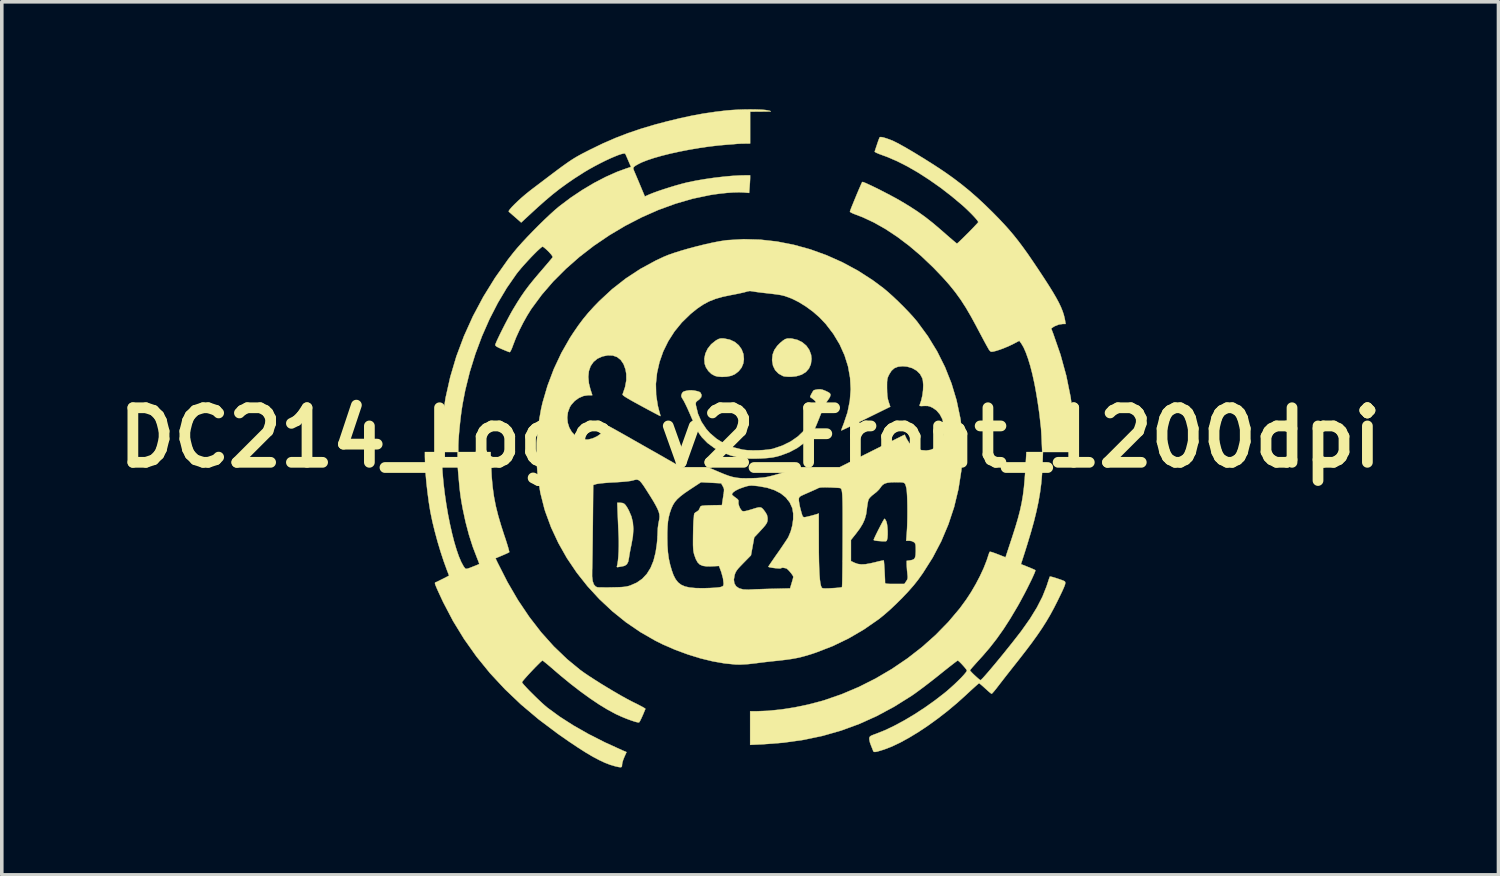
<source format=kicad_pcb>
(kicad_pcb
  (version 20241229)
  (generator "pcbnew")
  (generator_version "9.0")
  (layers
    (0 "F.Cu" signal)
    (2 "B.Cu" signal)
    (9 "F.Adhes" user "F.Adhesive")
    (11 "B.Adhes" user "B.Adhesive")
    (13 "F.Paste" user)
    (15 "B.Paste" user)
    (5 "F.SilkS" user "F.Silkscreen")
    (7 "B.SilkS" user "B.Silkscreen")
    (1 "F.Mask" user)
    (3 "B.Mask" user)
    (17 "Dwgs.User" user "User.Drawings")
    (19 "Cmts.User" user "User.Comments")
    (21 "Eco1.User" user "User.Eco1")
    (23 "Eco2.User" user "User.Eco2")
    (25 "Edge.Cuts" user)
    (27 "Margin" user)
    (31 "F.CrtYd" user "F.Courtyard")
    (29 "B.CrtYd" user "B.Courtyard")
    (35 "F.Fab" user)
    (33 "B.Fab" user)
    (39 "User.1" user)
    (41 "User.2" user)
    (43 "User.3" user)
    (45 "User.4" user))
  (footprint "DC214_Logo_v2_Front_1200dpi"
    (layer "F.Cu")
    (at 17.896 9.17)
    (property "Reference" "DC214_Logo_v2_Front_1200dpi" (at 0 0 0) (layer "F.SilkS") (effects (font (size 1.524 1.524) (thickness 0.3))))
    (attr through_hole)
    (fp_poly (pts (xy -0.748 -2.77) (xy -0.721 -2.767) (xy -0.565 -2.735) (xy -0.429 -2.671) (xy -0.319 -2.58) (xy -0.238 -2.466) (xy -0.188 -2.335) (xy -0.174 -2.191) (xy -0.191 -2.073) (xy -0.239 -1.956) (xy -0.321 -1.853) (xy -0.426 -1.771) (xy -0.528 -1.727) (xy -0.652 -1.703) (xy -0.785 -1.696) (xy -0.91 -1.706) (xy -0.984 -1.725) (xy -1.08 -1.778) (xy -1.167 -1.861) (xy -1.234 -1.963) (xy -1.269 -2.061) (xy -1.279 -2.206) (xy -1.249 -2.35) (xy -1.184 -2.486) (xy -1.087 -2.608) (xy -0.961 -2.709) (xy -0.937 -2.724) (xy -0.875 -2.756) (xy -0.819 -2.77) (xy -0.748 -2.77)) (stroke (width 0.01) (type solid)) (fill yes) (layer "F.SilkS"))
    (fp_poly (pts (xy 1.166 -2.766) (xy 1.322 -2.729) (xy 1.458 -2.661) (xy 1.57 -2.566) (xy 1.652 -2.448) (xy 1.702 -2.313) (xy 1.714 -2.197) (xy 1.696 -2.053) (xy 1.643 -1.931) (xy 1.557 -1.833) (xy 1.44 -1.76) (xy 1.293 -1.715) (xy 1.156 -1.7) (xy 1.054 -1.701) (xy 0.967 -1.708) (xy 0.915 -1.72) (xy 0.793 -1.788) (xy 0.7 -1.884) (xy 0.64 -2.005) (xy 0.615 -2.148) (xy 0.614 -2.182) (xy 0.629 -2.322) (xy 0.676 -2.447) (xy 0.759 -2.565) (xy 0.834 -2.641) (xy 0.915 -2.709) (xy 0.981 -2.751) (xy 1.046 -2.769) (xy 1.122 -2.77) (xy 1.166 -2.766)) (stroke (width 0.01) (type solid)) (fill yes) (layer "F.SilkS"))
    (fp_poly (pts (xy 3.771 2.282) (xy 3.796 2.326) (xy 3.804 2.344) (xy 3.821 2.408) (xy 3.833 2.5) (xy 3.84 2.606) (xy 3.84 2.71) (xy 3.834 2.799) (xy 3.825 2.842) (xy 3.818 2.867) (xy 3.808 2.884) (xy 3.787 2.893) (xy 3.749 2.895) (xy 3.685 2.893) (xy 3.588 2.886) (xy 3.561 2.884) (xy 3.499 2.876) (xy 3.459 2.865) (xy 3.45 2.857) (xy 3.459 2.829) (xy 3.484 2.773) (xy 3.52 2.697) (xy 3.563 2.61) (xy 3.61 2.518) (xy 3.656 2.43) (xy 3.697 2.353) (xy 3.73 2.296) (xy 3.749 2.267) (xy 3.753 2.265) (xy 3.771 2.282)) (stroke (width 0.01) (type solid)) (fill yes) (layer "F.SilkS"))
    (fp_poly (pts (xy -3.564 1.825) (xy -3.518 1.845) (xy -3.477 1.885) (xy -3.432 1.953) (xy -3.386 2.037) (xy -3.316 2.2) (xy -3.275 2.368) (xy -3.261 2.55) (xy -3.274 2.751) (xy -3.314 2.979) (xy -3.338 3.092) (xy -3.359 3.205) (xy -3.376 3.302) (xy -3.384 3.359) (xy -3.405 3.464) (xy -3.442 3.535) (xy -3.498 3.575) (xy -3.537 3.587) (xy -3.605 3.6) (xy -3.665 3.611) (xy -3.71 3.617) (xy -3.723 3.606) (xy -3.719 3.592) (xy -3.704 3.529) (xy -3.69 3.432) (xy -3.679 3.311) (xy -3.671 3.173) (xy -3.667 3.028) (xy -3.667 2.885) (xy -3.669 2.805) (xy -3.675 2.659) (xy -3.683 2.491) (xy -3.69 2.32) (xy -3.696 2.167) (xy -3.697 2.154) (xy -3.71 1.82) (xy -3.621 1.82) (xy -3.564 1.825)) (stroke (width 0.01) (type solid)) (fill yes) (layer "F.SilkS"))
    (fp_poly (pts (xy 2.018 -1.339) (xy 2.097 -1.309) (xy 2.114 -1.301) (xy 2.185 -1.267) (xy 2.225 -1.239) (xy 2.242 -1.211) (xy 2.244 -1.191) (xy 2.23 -1.141) (xy 2.197 -1.084) (xy 2.189 -1.074) (xy 2.127 -0.985) (xy 2.059 -0.856) (xy 1.985 -0.687) (xy 1.925 -0.536) (xy 1.882 -0.429) (xy 1.837 -0.321) (xy 1.795 -0.229) (xy 1.771 -0.181) (xy 1.654 -0.005) (xy 1.5 0.153) (xy 1.313 0.291) (xy 1.094 0.407) (xy 0.846 0.5) (xy 0.73 0.532) (xy 0.618 0.554) (xy 0.475 0.57) (xy 0.314 0.581) (xy 0.146 0.586) (xy -0.017 0.585) (xy -0.163 0.578) (xy -0.28 0.564) (xy -0.289 0.563) (xy -0.548 0.497) (xy -0.788 0.405) (xy -1.003 0.288) (xy -1.191 0.149) (xy -1.346 -0.01) (xy -1.42 -0.111) (xy -1.454 -0.171) (xy -1.5 -0.261) (xy -1.553 -0.372) (xy -1.608 -0.494) (xy -1.65 -0.59) (xy -1.703 -0.713) (xy -1.755 -0.829) (xy -1.803 -0.929) (xy -1.842 -1.007) (xy -1.864 -1.046) (xy -1.903 -1.11) (xy -1.921 -1.152) (xy -1.921 -1.186) (xy -1.907 -1.226) (xy -1.902 -1.237) (xy -1.881 -1.269) (xy -1.848 -1.29) (xy -1.791 -1.306) (xy -1.709 -1.32) (xy -1.641 -1.322) (xy -1.56 -1.314) (xy -1.482 -1.298) (xy -1.418 -1.278) (xy -1.386 -1.256) (xy -1.356 -1.19) (xy -1.368 -1.127) (xy -1.421 -1.066) (xy -1.441 -1.051) (xy -1.492 -1.012) (xy -1.515 -0.981) (xy -1.519 -0.941) (xy -1.514 -0.902) (xy -1.456 -0.665) (xy -1.361 -0.445) (xy -1.227 -0.244) (xy -1.122 -0.125) (xy -0.931 0.038) (xy -0.714 0.17) (xy -0.473 0.27) (xy -0.212 0.335) (xy -0.186 0.339) (xy -0.071 0.351) (xy 0.068 0.356) (xy 0.22 0.355) (xy 0.371 0.347) (xy 0.509 0.333) (xy 0.621 0.315) (xy 0.646 0.308) (xy 0.9 0.222) (xy 1.131 0.108) (xy 1.333 -0.032) (xy 1.504 -0.196) (xy 1.639 -0.379) (xy 1.698 -0.492) (xy 1.753 -0.628) (xy 1.798 -0.769) (xy 1.827 -0.897) (xy 1.829 -0.912) (xy 1.835 -0.959) (xy 1.833 -0.992) (xy 1.818 -1.021) (xy 1.783 -1.054) (xy 1.723 -1.1) (xy 1.676 -1.134) (xy 1.68 -1.154) (xy 1.699 -1.197) (xy 1.726 -1.247) (xy 1.753 -1.293) (xy 1.774 -1.32) (xy 1.776 -1.322) (xy 1.808 -1.332) (xy 1.864 -1.343) (xy 1.89 -1.347) (xy 1.955 -1.35) (xy 2.018 -1.339)) (stroke (width 0.01) (type solid)) (fill yes) (layer "F.SilkS"))
    (fp_poly (pts (xy 3.712 -8.384) (xy 3.796 -8.359) (xy 3.896 -8.324) (xy 4.004 -8.279) (xy 4.027 -8.268) (xy 4.093 -8.235) (xy 4.187 -8.185) (xy 4.3 -8.122) (xy 4.424 -8.051) (xy 4.549 -7.977) (xy 4.561 -7.97) (xy 4.886 -7.771) (xy 5.177 -7.586) (xy 5.442 -7.41) (xy 5.685 -7.237) (xy 5.912 -7.064) (xy 6.129 -6.887) (xy 6.342 -6.701) (xy 6.557 -6.501) (xy 6.775 -6.288) (xy 6.94 -6.12) (xy 7.089 -5.962) (xy 7.227 -5.809) (xy 7.358 -5.654) (xy 7.487 -5.492) (xy 7.619 -5.316) (xy 7.759 -5.121) (xy 7.91 -4.9) (xy 8.059 -4.678) (xy 8.214 -4.443) (xy 8.346 -4.238) (xy 8.456 -4.06) (xy 8.547 -3.904) (xy 8.621 -3.767) (xy 8.679 -3.645) (xy 8.724 -3.534) (xy 8.758 -3.43) (xy 8.783 -3.33) (xy 8.795 -3.265) (xy 8.809 -3.175) (xy 8.736 -3.175) (xy 8.619 -3.158) (xy 8.504 -3.112) (xy 8.463 -3.087) (xy 8.407 -3.048) (xy 8.466 -2.894) (xy 8.667 -2.314) (xy 8.828 -1.727) (xy 8.949 -1.13) (xy 9.031 -0.521) (xy 9.072 0.058) (xy 9.087 0.402) (xy 8.177 0.402) (xy 8.164 0.767) (xy 8.15 1.027) (xy 8.128 1.281) (xy 8.095 1.533) (xy 8.051 1.789) (xy 7.994 2.057) (xy 7.924 2.342) (xy 7.838 2.65) (xy 7.736 2.987) (xy 7.676 3.179) (xy 7.562 3.533) (xy 7.755 3.61) (xy 7.839 3.644) (xy 7.909 3.674) (xy 7.953 3.695) (xy 7.965 3.702) (xy 7.961 3.726) (xy 7.94 3.782) (xy 7.904 3.864) (xy 7.856 3.968) (xy 7.797 4.087) (xy 7.732 4.218) (xy 7.662 4.354) (xy 7.589 4.49) (xy 7.518 4.621) (xy 7.462 4.72) (xy 7.266 5.05) (xy 7.075 5.347) (xy 6.884 5.617) (xy 6.689 5.867) (xy 6.483 6.106) (xy 6.429 6.165) (xy 6.341 6.262) (xy 6.264 6.348) (xy 6.201 6.419) (xy 6.158 6.47) (xy 6.139 6.496) (xy 6.138 6.498) (xy 6.153 6.519) (xy 6.191 6.56) (xy 6.244 6.613) (xy 6.303 6.668) (xy 6.36 6.719) (xy 6.406 6.757) (xy 6.431 6.773) (xy 6.433 6.773) (xy 6.454 6.757) (xy 6.499 6.712) (xy 6.564 6.64) (xy 6.645 6.547) (xy 6.74 6.435) (xy 6.846 6.309) (xy 6.959 6.172) (xy 7.077 6.028) (xy 7.195 5.881) (xy 7.312 5.735) (xy 7.424 5.592) (xy 7.528 5.458) (xy 7.582 5.387) (xy 7.815 5.057) (xy 8.009 4.741) (xy 8.164 4.438) (xy 8.279 4.148) (xy 8.289 4.117) (xy 8.319 4.025) (xy 8.344 3.949) (xy 8.362 3.898) (xy 8.37 3.879) (xy 8.393 3.881) (xy 8.445 3.893) (xy 8.516 3.914) (xy 8.595 3.94) (xy 8.672 3.966) (xy 8.736 3.99) (xy 8.776 4.008) (xy 8.783 4.013) (xy 8.796 4.03) (xy 8.8 4.053) (xy 8.796 4.088) (xy 8.78 4.137) (xy 8.751 4.207) (xy 8.708 4.302) (xy 8.648 4.426) (xy 8.582 4.561) (xy 8.481 4.76) (xy 8.379 4.948) (xy 8.27 5.133) (xy 8.152 5.319) (xy 8.02 5.513) (xy 7.872 5.719) (xy 7.703 5.943) (xy 7.51 6.192) (xy 7.46 6.255) (xy 7.355 6.388) (xy 7.247 6.525) (xy 7.144 6.656) (xy 7.051 6.776) (xy 6.974 6.875) (xy 6.935 6.926) (xy 6.871 7.009) (xy 6.814 7.079) (xy 6.771 7.128) (xy 6.747 7.152) (xy 6.745 7.153) (xy 6.723 7.14) (xy 6.677 7.104) (xy 6.616 7.05) (xy 6.568 7.006) (xy 6.5 6.944) (xy 6.443 6.895) (xy 6.405 6.865) (xy 6.392 6.858) (xy 6.373 6.872) (xy 6.327 6.911) (xy 6.26 6.971) (xy 6.176 7.047) (xy 6.08 7.136) (xy 6.032 7.181) (xy 5.778 7.41) (xy 5.513 7.632) (xy 5.241 7.843) (xy 4.968 8.04) (xy 4.699 8.22) (xy 4.437 8.379) (xy 4.187 8.516) (xy 3.955 8.626) (xy 3.747 8.706) (xy 3.631 8.742) (xy 3.549 8.766) (xy 3.495 8.776) (xy 3.461 8.775) (xy 3.443 8.762) (xy 3.436 8.749) (xy 3.421 8.709) (xy 3.396 8.646) (xy 3.372 8.586) (xy 3.345 8.51) (xy 3.33 8.439) (xy 3.327 8.399) (xy 3.333 8.368) (xy 3.348 8.345) (xy 3.38 8.323) (xy 3.437 8.299) (xy 3.524 8.267) (xy 3.767 8.17) (xy 4.03 8.044) (xy 4.307 7.895) (xy 4.59 7.726) (xy 4.874 7.541) (xy 5.151 7.344) (xy 5.415 7.141) (xy 5.493 7.077) (xy 5.597 6.986) (xy 5.702 6.891) (xy 5.801 6.796) (xy 5.891 6.707) (xy 5.965 6.627) (xy 6.02 6.562) (xy 6.049 6.518) (xy 6.054 6.505) (xy 6.04 6.478) (xy 6.005 6.432) (xy 5.956 6.375) (xy 5.902 6.316) (xy 5.852 6.266) (xy 5.813 6.232) (xy 5.797 6.223) (xy 5.776 6.236) (xy 5.727 6.272) (xy 5.653 6.329) (xy 5.559 6.402) (xy 5.449 6.489) (xy 5.328 6.586) (xy 5.286 6.62) (xy 5.144 6.733) (xy 4.995 6.849) (xy 4.849 6.961) (xy 4.711 7.063) (xy 4.592 7.15) (xy 4.502 7.212) (xy 4.021 7.513) (xy 3.535 7.774) (xy 3.042 7.996) (xy 2.538 8.18) (xy 2.02 8.328) (xy 1.485 8.44) (xy 0.929 8.518) (xy 0.349 8.563) (xy 0.323 8.564) (xy 0 8.579) (xy 0 7.641) (xy 0.164 7.641) (xy 0.503 7.628) (xy 0.865 7.591) (xy 1.24 7.533) (xy 1.619 7.454) (xy 1.99 7.357) (xy 2.064 7.335) (xy 2.554 7.166) (xy 3.036 6.962) (xy 3.506 6.725) (xy 3.959 6.459) (xy 4.392 6.165) (xy 4.801 5.847) (xy 5.184 5.506) (xy 5.536 5.145) (xy 5.854 4.768) (xy 6.036 4.519) (xy 6.171 4.313) (xy 6.3 4.091) (xy 6.419 3.864) (xy 6.522 3.642) (xy 6.603 3.436) (xy 6.637 3.334) (xy 6.659 3.265) (xy 6.678 3.213) (xy 6.688 3.191) (xy 6.7 3.187) (xy 6.726 3.191) (xy 6.772 3.205) (xy 6.843 3.23) (xy 6.945 3.269) (xy 7.021 3.299) (xy 7.131 3.343) (xy 7.321 2.767) (xy 7.407 2.498) (xy 7.478 2.258) (xy 7.536 2.036) (xy 7.582 1.824) (xy 7.618 1.612) (xy 7.646 1.388) (xy 7.668 1.145) (xy 7.687 0.871) (xy 7.688 0.852) (xy 7.714 0.402) (xy 8.155 0.402) (xy 8.141 0.079) (xy 8.136 -0.038) (xy 8.13 -0.143) (xy 8.125 -0.228) (xy 8.12 -0.284) (xy 8.119 -0.297) (xy 8.113 -0.345) (xy 8.104 -0.419) (xy 8.097 -0.487) (xy 8.081 -0.636) (xy 8.056 -0.815) (xy 8.027 -1.01) (xy 7.994 -1.211) (xy 7.96 -1.403) (xy 7.935 -1.531) (xy 7.881 -1.776) (xy 7.823 -2.002) (xy 7.761 -2.204) (xy 7.698 -2.379) (xy 7.635 -2.522) (xy 7.573 -2.627) (xy 7.565 -2.638) (xy 7.516 -2.705) (xy 7.355 -2.62) (xy 7.235 -2.562) (xy 7.105 -2.507) (xy 6.977 -2.458) (xy 6.863 -2.422) (xy 6.79 -2.404) (xy 6.739 -2.398) (xy 6.707 -2.41) (xy 6.676 -2.446) (xy 6.66 -2.47) (xy 6.638 -2.51) (xy 6.598 -2.581) (xy 6.545 -2.678) (xy 6.482 -2.797) (xy 6.411 -2.93) (xy 6.335 -3.073) (xy 6.321 -3.101) (xy 6.17 -3.379) (xy 6.026 -3.626) (xy 5.881 -3.851) (xy 5.729 -4.061) (xy 5.564 -4.266) (xy 5.379 -4.474) (xy 5.168 -4.695) (xy 5.091 -4.773) (xy 4.769 -5.079) (xy 4.441 -5.357) (xy 4.111 -5.606) (xy 3.782 -5.824) (xy 3.458 -6.007) (xy 3.142 -6.155) (xy 2.963 -6.223) (xy 2.878 -6.256) (xy 2.817 -6.285) (xy 2.788 -6.307) (xy 2.787 -6.313) (xy 2.796 -6.341) (xy 2.818 -6.401) (xy 2.851 -6.484) (xy 2.892 -6.584) (xy 2.937 -6.693) (xy 2.983 -6.805) (xy 3.028 -6.911) (xy 3.069 -7.005) (xy 3.101 -7.079) (xy 3.123 -7.126) (xy 3.131 -7.139) (xy 3.155 -7.136) (xy 3.21 -7.115) (xy 3.292 -7.078) (xy 3.396 -7.03) (xy 3.516 -6.972) (xy 3.647 -6.906) (xy 3.783 -6.836) (xy 3.92 -6.764) (xy 4.053 -6.693) (xy 4.175 -6.624) (xy 4.191 -6.615) (xy 4.443 -6.464) (xy 4.674 -6.314) (xy 4.893 -6.157) (xy 5.114 -5.983) (xy 5.347 -5.784) (xy 5.371 -5.763) (xy 5.479 -5.668) (xy 5.577 -5.583) (xy 5.66 -5.512) (xy 5.724 -5.458) (xy 5.764 -5.426) (xy 5.775 -5.419) (xy 5.795 -5.433) (xy 5.838 -5.472) (xy 5.899 -5.531) (xy 5.973 -5.603) (xy 6.054 -5.684) (xy 6.136 -5.766) (xy 6.214 -5.846) (xy 6.281 -5.917) (xy 6.334 -5.973) (xy 6.365 -6.009) (xy 6.371 -6.019) (xy 6.356 -6.048) (xy 6.316 -6.1) (xy 6.255 -6.169) (xy 6.179 -6.249) (xy 6.093 -6.334) (xy 6.003 -6.42) (xy 5.93 -6.486) (xy 5.626 -6.741) (xy 5.315 -6.981) (xy 5 -7.202) (xy 4.688 -7.403) (xy 4.382 -7.579) (xy 4.088 -7.727) (xy 3.811 -7.845) (xy 3.708 -7.882) (xy 3.608 -7.919) (xy 3.533 -7.95) (xy 3.488 -7.975) (xy 3.478 -7.988) (xy 3.488 -8.018) (xy 3.507 -8.077) (xy 3.533 -8.155) (xy 3.545 -8.191) (xy 3.573 -8.274) (xy 3.598 -8.341) (xy 3.616 -8.382) (xy 3.62 -8.389) (xy 3.65 -8.394) (xy 3.712 -8.384)) (stroke (width 0.01) (type solid)) (fill yes) (layer "F.SilkS"))
    (fp_poly (pts (xy 0.164 -9.163) (xy 0.306 -9.158) (xy 0.422 -9.149) (xy 0.504 -9.136) (xy 0.508 -9.135) (xy 0.552 -9.124) (xy 0.575 -9.116) (xy 0.575 -9.111) (xy 0.546 -9.108) (xy 0.485 -9.106) (xy 0.389 -9.105) (xy 0.312 -9.104) (xy 0 -9.102) (xy 0 -8.213) (xy -0.153 -8.211) (xy -0.24 -8.21) (xy -0.318 -8.206) (xy -0.37 -8.203) (xy -0.42 -8.198) (xy -0.499 -8.191) (xy -0.591 -8.184) (xy -0.624 -8.182) (xy -0.885 -8.159) (xy -1.155 -8.127) (xy -1.429 -8.087) (xy -1.703 -8.04) (xy -1.97 -7.988) (xy -2.226 -7.932) (xy -2.465 -7.872) (xy -2.683 -7.81) (xy -2.873 -7.747) (xy -3.03 -7.685) (xy -3.131 -7.634) (xy -3.206 -7.591) (xy -3.247 -7.558) (xy -3.263 -7.526) (xy -3.256 -7.487) (xy -3.239 -7.444) (xy -3.217 -7.393) (xy -3.183 -7.313) (xy -3.14 -7.212) (xy -3.093 -7.1) (xy -3.07 -7.045) (xy -2.94 -6.734) (xy -2.819 -6.788) (xy -2.713 -6.831) (xy -2.576 -6.881) (xy -2.418 -6.934) (xy -2.248 -6.988) (xy -2.078 -7.04) (xy -1.916 -7.085) (xy -1.773 -7.122) (xy -1.736 -7.13) (xy -1.511 -7.176) (xy -1.265 -7.218) (xy -1.009 -7.255) (xy -0.753 -7.285) (xy -0.509 -7.308) (xy -0.287 -7.321) (xy -0.144 -7.324) (xy 0 -7.324) (xy -0.000127 -7.255) (xy -0.002 -7.201) (xy -0.006 -7.121) (xy -0.013 -7.029) (xy -0.014 -7.01) (xy -0.028 -6.833) (xy -0.188 -6.847) (xy -0.311 -6.851) (xy -0.465 -6.847) (xy -0.641 -6.835) (xy -0.832 -6.815) (xy -1.026 -6.789) (xy -1.129 -6.772) (xy -1.605 -6.672) (xy -2.083 -6.533) (xy -2.559 -6.36) (xy -3.028 -6.153) (xy -3.487 -5.916) (xy -3.932 -5.651) (xy -4.36 -5.361) (xy -4.766 -5.047) (xy -5.146 -4.713) (xy -5.498 -4.361) (xy -5.816 -3.993) (xy -6.098 -3.611) (xy -6.121 -3.577) (xy -6.229 -3.403) (xy -6.339 -3.206) (xy -6.443 -3) (xy -6.535 -2.799) (xy -6.607 -2.615) (xy -6.615 -2.593) (xy -6.654 -2.489) (xy -6.686 -2.42) (xy -6.71 -2.388) (xy -6.716 -2.387) (xy -6.747 -2.397) (xy -6.806 -2.42) (xy -6.884 -2.452) (xy -6.933 -2.473) (xy -7.023 -2.513) (xy -7.079 -2.543) (xy -7.108 -2.567) (xy -7.116 -2.589) (xy -7.116 -2.595) (xy -7.102 -2.634) (xy -7.072 -2.704) (xy -7.028 -2.798) (xy -6.974 -2.91) (xy -6.912 -3.034) (xy -6.846 -3.164) (xy -6.779 -3.292) (xy -6.715 -3.412) (xy -6.656 -3.519) (xy -6.61 -3.598) (xy -6.497 -3.784) (xy -6.392 -3.947) (xy -6.288 -4.097) (xy -6.178 -4.244) (xy -6.054 -4.398) (xy -5.91 -4.57) (xy -5.867 -4.619) (xy -5.773 -4.729) (xy -5.688 -4.828) (xy -5.615 -4.914) (xy -5.56 -4.98) (xy -5.525 -5.022) (xy -5.516 -5.035) (xy -5.519 -5.062) (xy -5.551 -5.11) (xy -5.615 -5.181) (xy -5.632 -5.199) (xy -5.695 -5.259) (xy -5.749 -5.305) (xy -5.786 -5.331) (xy -5.794 -5.334) (xy -5.823 -5.319) (xy -5.874 -5.276) (xy -5.944 -5.212) (xy -6.026 -5.13) (xy -6.118 -5.036) (xy -6.212 -4.935) (xy -6.306 -4.832) (xy -6.395 -4.731) (xy -6.472 -4.638) (xy -6.524 -4.572) (xy -6.795 -4.182) (xy -7.047 -3.759) (xy -7.279 -3.307) (xy -7.488 -2.832) (xy -7.672 -2.339) (xy -7.829 -1.834) (xy -7.956 -1.322) (xy -8.031 -0.931) (xy -8.055 -0.779) (xy -8.078 -0.607) (xy -8.099 -0.424) (xy -8.118 -0.24) (xy -8.133 -0.066) (xy -8.144 0.09) (xy -8.149 0.217) (xy -8.149 0.251) (xy -8.149 0.402) (xy -7.246 0.402) (xy -7.232 0.778) (xy -7.217 1.089) (xy -7.191 1.373) (xy -7.154 1.643) (xy -7.103 1.907) (xy -7.035 2.179) (xy -6.95 2.468) (xy -6.879 2.688) (xy -6.833 2.825) (xy -6.793 2.949) (xy -6.761 3.054) (xy -6.739 3.134) (xy -6.727 3.184) (xy -6.726 3.199) (xy -6.751 3.213) (xy -6.806 3.239) (xy -6.881 3.272) (xy -6.926 3.291) (xy -7.11 3.369) (xy -7.053 3.489) (xy -6.777 4.032) (xy -6.483 4.537) (xy -6.169 5.004) (xy -5.837 5.434) (xy -5.485 5.827) (xy -5.114 6.183) (xy -4.744 6.487) (xy -4.636 6.565) (xy -4.497 6.659) (xy -4.336 6.763) (xy -4.161 6.874) (xy -3.977 6.986) (xy -3.794 7.095) (xy -3.619 7.197) (xy -3.459 7.286) (xy -3.321 7.359) (xy -3.268 7.386) (xy -3.157 7.44) (xy -3.062 7.49) (xy -2.987 7.53) (xy -2.94 7.559) (xy -2.924 7.573) (xy -2.988 7.727) (xy -3.039 7.841) (xy -3.076 7.915) (xy -3.1 7.95) (xy -3.104 7.952) (xy -3.139 7.95) (xy -3.206 7.934) (xy -3.297 7.905) (xy -3.403 7.867) (xy -3.518 7.822) (xy -3.635 7.772) (xy -3.745 7.721) (xy -3.757 7.715) (xy -3.973 7.599) (xy -4.212 7.454) (xy -4.468 7.282) (xy -4.738 7.087) (xy -5.016 6.872) (xy -5.299 6.64) (xy -5.446 6.514) (xy -5.546 6.427) (xy -5.636 6.351) (xy -5.711 6.289) (xy -5.766 6.245) (xy -5.795 6.224) (xy -5.798 6.223) (xy -5.82 6.238) (xy -5.865 6.278) (xy -5.926 6.339) (xy -6 6.413) (xy -6.079 6.496) (xy -6.158 6.58) (xy -6.232 6.661) (xy -6.296 6.733) (xy -6.343 6.789) (xy -6.368 6.823) (xy -6.371 6.83) (xy -6.356 6.856) (xy -6.316 6.905) (xy -6.254 6.973) (xy -6.177 7.054) (xy -6.088 7.143) (xy -5.994 7.236) (xy -5.9 7.327) (xy -5.81 7.411) (xy -5.729 7.483) (xy -5.664 7.538) (xy -5.662 7.54) (xy -5.317 7.792) (xy -4.935 8.037) (xy -4.515 8.276) (xy -4.054 8.51) (xy -3.552 8.739) (xy -3.541 8.743) (xy -3.452 8.782) (xy -3.514 8.92) (xy -3.546 9.001) (xy -3.569 9.079) (xy -3.577 9.133) (xy -3.579 9.174) (xy -3.591 9.197) (xy -3.62 9.204) (xy -3.675 9.197) (xy -3.762 9.177) (xy -3.768 9.176) (xy -3.904 9.136) (xy -4.053 9.079) (xy -4.215 9.003) (xy -4.394 8.908) (xy -4.592 8.791) (xy -4.813 8.65) (xy -5.06 8.485) (xy -5.335 8.293) (xy -5.38 8.261) (xy -5.908 7.864) (xy -6.398 7.451) (xy -6.849 7.022) (xy -7.264 6.576) (xy -7.642 6.111) (xy -7.986 5.625) (xy -8.296 5.119) (xy -8.573 4.59) (xy -8.698 4.321) (xy -8.746 4.214) (xy -8.778 4.139) (xy -8.796 4.09) (xy -8.801 4.062) (xy -8.797 4.047) (xy -8.784 4.04) (xy -8.779 4.039) (xy -8.749 4.027) (xy -8.692 3.999) (xy -8.618 3.962) (xy -8.579 3.943) (xy -8.406 3.853) (xy -8.466 3.699) (xy -8.556 3.451) (xy -8.645 3.18) (xy -8.73 2.897) (xy -8.806 2.615) (xy -8.872 2.345) (xy -8.923 2.099) (xy -8.93 2.064) (xy -8.971 1.809) (xy -9.007 1.54) (xy -9.038 1.27) (xy -9.061 1.007) (xy -9.075 0.765) (xy -9.08 0.552) (xy -9.081 0.549) (xy -9.081 0.402) (xy -8.643 0.402) (xy -8.62 0.402) (xy -8.606 0.704) (xy -8.588 0.987) (xy -8.562 1.276) (xy -8.527 1.568) (xy -8.485 1.857) (xy -8.437 2.14) (xy -8.383 2.412) (xy -8.325 2.67) (xy -8.264 2.909) (xy -8.2 3.124) (xy -8.135 3.312) (xy -8.069 3.469) (xy -8.003 3.591) (xy -7.964 3.644) (xy -7.947 3.659) (xy -7.924 3.664) (xy -7.886 3.657) (xy -7.825 3.636) (xy -7.754 3.608) (xy -7.673 3.576) (xy -7.61 3.55) (xy -7.572 3.533) (xy -7.565 3.529) (xy -7.569 3.508) (xy -7.587 3.457) (xy -7.615 3.385) (xy -7.628 3.353) (xy -7.744 3.05) (xy -7.851 2.715) (xy -7.945 2.359) (xy -8.024 1.992) (xy -8.053 1.834) (xy -8.07 1.732) (xy -8.085 1.634) (xy -8.098 1.534) (xy -8.111 1.425) (xy -8.123 1.297) (xy -8.137 1.145) (xy -8.153 0.96) (xy -8.158 0.9) (xy -8.163 0.829) (xy -8.166 0.733) (xy -8.169 0.629) (xy -8.169 0.598) (xy -8.17 0.402) (xy -8.62 0.402) (xy -8.643 0.402) (xy -8.629 0.037) (xy -8.623 -0.101) (xy -8.616 -0.24) (xy -8.607 -0.37) (xy -8.598 -0.476) (xy -8.594 -0.519) (xy -8.505 -1.108) (xy -8.374 -1.692) (xy -8.203 -2.268) (xy -7.991 -2.834) (xy -7.74 -3.39) (xy -7.45 -3.934) (xy -7.122 -4.464) (xy -6.757 -4.979) (xy -6.608 -5.169) (xy -6.504 -5.294) (xy -6.376 -5.438) (xy -6.23 -5.595) (xy -6.071 -5.76) (xy -5.908 -5.925) (xy -5.746 -6.083) (xy -5.591 -6.229) (xy -5.451 -6.356) (xy -5.33 -6.458) (xy -5.323 -6.463) (xy -5.013 -6.697) (xy -4.69 -6.913) (xy -4.361 -7.109) (xy -4.034 -7.279) (xy -3.716 -7.421) (xy -3.467 -7.512) (xy -3.326 -7.559) (xy -3.399 -7.729) (xy -3.433 -7.809) (xy -3.463 -7.877) (xy -3.483 -7.92) (xy -3.487 -7.927) (xy -3.515 -7.936) (xy -3.575 -7.925) (xy -3.662 -7.898) (xy -3.771 -7.855) (xy -3.898 -7.801) (xy -4.038 -7.736) (xy -4.186 -7.662) (xy -4.337 -7.583) (xy -4.487 -7.5) (xy -4.631 -7.415) (xy -4.671 -7.389) (xy -4.906 -7.239) (xy -5.12 -7.092) (xy -5.323 -6.944) (xy -5.521 -6.788) (xy -5.726 -6.615) (xy -5.945 -6.42) (xy -6.053 -6.321) (xy -6.393 -6.007) (xy -6.557 -6.151) (xy -6.627 -6.212) (xy -6.686 -6.264) (xy -6.727 -6.299) (xy -6.739 -6.31) (xy -6.737 -6.334) (xy -6.705 -6.38) (xy -6.649 -6.444) (xy -6.573 -6.521) (xy -6.482 -6.609) (xy -6.379 -6.702) (xy -6.269 -6.796) (xy -6.156 -6.887) (xy -6.106 -6.926) (xy -5.884 -7.094) (xy -5.693 -7.239) (xy -5.529 -7.363) (xy -5.388 -7.469) (xy -5.267 -7.559) (xy -5.162 -7.634) (xy -5.07 -7.699) (xy -4.987 -7.754) (xy -4.91 -7.803) (xy -4.836 -7.847) (xy -4.761 -7.889) (xy -4.681 -7.932) (xy -4.593 -7.977) (xy -4.493 -8.028) (xy -4.445 -8.052) (xy -4.099 -8.22) (xy -3.755 -8.369) (xy -3.404 -8.504) (xy -3.037 -8.628) (xy -2.643 -8.745) (xy -2.328 -8.828) (xy -1.966 -8.916) (xy -1.63 -8.989) (xy -1.309 -9.048) (xy -0.991 -9.095) (xy -0.667 -9.134) (xy -0.51 -9.147) (xy -0.341 -9.157) (xy -0.167 -9.163) (xy 0.004 -9.165) (xy 0.164 -9.163)) (stroke (width 0.01) (type solid)) (fill yes) (layer "F.SilkS"))
    (fp_poly (pts (xy 0.283 -5.528) (xy 0.749 -5.476) (xy 1.215 -5.385) (xy 1.677 -5.258) (xy 2.132 -5.094) (xy 2.577 -4.895) (xy 3.008 -4.663) (xy 3.421 -4.397) (xy 3.725 -4.171) (xy 3.849 -4.067) (xy 3.99 -3.94) (xy 4.14 -3.798) (xy 4.291 -3.648) (xy 4.434 -3.5) (xy 4.561 -3.361) (xy 4.663 -3.24) (xy 4.664 -3.239) (xy 4.962 -2.833) (xy 5.221 -2.41) (xy 5.441 -1.97) (xy 5.622 -1.514) (xy 5.764 -1.043) (xy 5.866 -0.557) (xy 5.875 -0.508) (xy 5.894 -0.35) (xy 5.909 -0.161) (xy 5.918 0.048) (xy 5.923 0.267) (xy 5.921 0.484) (xy 5.915 0.688) (xy 5.902 0.869) (xy 5.896 0.928) (xy 5.816 1.439) (xy 5.696 1.938) (xy 5.535 2.423) (xy 5.336 2.894) (xy 5.098 3.348) (xy 4.822 3.784) (xy 4.685 3.975) (xy 4.565 4.126) (xy 4.419 4.292) (xy 4.255 4.466) (xy 4.081 4.639) (xy 3.907 4.803) (xy 3.739 4.95) (xy 3.588 5.071) (xy 3.174 5.358) (xy 2.749 5.606) (xy 2.308 5.819) (xy 1.843 5.999) (xy 1.725 6.039) (xy 1.576 6.085) (xy 1.437 6.123) (xy 1.299 6.154) (xy 1.151 6.181) (xy 0.984 6.204) (xy 0.788 6.227) (xy 0.72 6.234) (xy 0.584 6.248) (xy 0.443 6.264) (xy 0.31 6.28) (xy 0.201 6.294) (xy 0.18 6.297) (xy -0.053 6.324) (xy -0.259 6.336) (xy -0.402 6.335) (xy -0.712 6.304) (xy -1.044 6.246) (xy -1.389 6.162) (xy -1.741 6.053) (xy -2.092 5.924) (xy -2.435 5.775) (xy -2.639 5.674) (xy -3.062 5.431) (xy -3.467 5.155) (xy -3.849 4.847) (xy -4.208 4.511) (xy -4.541 4.149) (xy -4.759 3.874) (xy -4.413 3.874) (xy -4.397 4.006) (xy -4.364 4.1) (xy -4.313 4.158) (xy -4.268 4.178) (xy -4.233 4.181) (xy -4.163 4.182) (xy -4.066 4.183) (xy -3.952 4.183) (xy -3.852 4.181) (xy -3.71 4.178) (xy -3.602 4.174) (xy -3.519 4.167) (xy -3.453 4.157) (xy -3.395 4.144) (xy -3.345 4.128) (xy -3.165 4.049) (xy -3.012 3.942) (xy -2.884 3.805) (xy -2.78 3.638) (xy -2.698 3.438) (xy -2.639 3.204) (xy -2.605 2.977) (xy -2.594 2.866) (xy -2.588 2.773) (xy -2.314 2.773) (xy -2.31 3) (xy -2.296 3.198) (xy -2.272 3.377) (xy -2.234 3.548) (xy -2.19 3.701) (xy -2.14 3.841) (xy -2.082 3.953) (xy -2.012 4.042) (xy -1.926 4.109) (xy -1.819 4.156) (xy -1.686 4.186) (xy -1.522 4.201) (xy -1.324 4.205) (xy -1.238 4.203) (xy -1.116 4.199) (xy -1.003 4.193) (xy -0.908 4.185) (xy -0.841 4.176) (xy -0.82 4.171) (xy -0.768 4.151) (xy -0.746 4.125) (xy -0.741 4.076) (xy -0.741 4.068) (xy -0.758 3.927) (xy -0.804 3.758) (xy -0.826 3.698) (xy -0.869 3.583) (xy -1.066 3.593) (xy -1.21 3.595) (xy -1.32 3.58) (xy -1.403 3.545) (xy -1.466 3.483) (xy -1.516 3.392) (xy -1.56 3.27) (xy -1.574 3.216) (xy -1.584 3.159) (xy -1.59 3.089) (xy -1.594 2.999) (xy -1.594 2.882) (xy -1.593 2.752) (xy -1.591 2.623) (xy -1.589 2.504) (xy -1.585 2.405) (xy -1.582 2.332) (xy -1.579 2.297) (xy -1.571 2.225) (xy -1.568 2.168) (xy -1.558 2.118) (xy -1.523 2.085) (xy -1.498 2.073) (xy -1.436 2.027) (xy -1.41 1.974) (xy -1.385 1.92) (xy -1.346 1.903) (xy -1.294 1.899) (xy -1.27 1.896) (xy -1.237 1.894) (xy -1.171 1.891) (xy -1.084 1.889) (xy -1.013 1.887) (xy -0.788 1.884) (xy -0.754 1.66) (xy -0.742 1.584) (xy -0.508 1.584) (xy -0.492 1.608) (xy -0.45 1.644) (xy -0.411 1.673) (xy -0.355 1.715) (xy -0.328 1.747) (xy -0.324 1.779) (xy -0.327 1.792) (xy -0.326 1.849) (xy -0.305 1.92) (xy -0.271 1.989) (xy -0.232 2.04) (xy -0.217 2.05) (xy -0.188 2.057) (xy -0.139 2.052) (xy -0.066 2.035) (xy 0.04 2.004) (xy 0.053 2) (xy 0.158 1.967) (xy 0.232 1.949) (xy 0.285 1.947) (xy 0.325 1.963) (xy 0.364 2) (xy 0.409 2.059) (xy 0.426 2.083) (xy 0.47 2.158) (xy 0.486 2.235) (xy 0.487 2.265) (xy 0.485 2.314) (xy 0.476 2.357) (xy 0.455 2.4) (xy 0.419 2.452) (xy 0.363 2.518) (xy 0.283 2.605) (xy 0.255 2.636) (xy 0.115 2.784) (xy 0.069 3.036) (xy 0.023 3.287) (xy -0.187 3.501) (xy -0.273 3.59) (xy -0.335 3.657) (xy -0.376 3.711) (xy -0.404 3.758) (xy -0.424 3.807) (xy -0.434 3.84) (xy -0.455 3.965) (xy -0.441 4.069) (xy -0.392 4.15) (xy -0.309 4.207) (xy -0.193 4.239) (xy -0.046 4.245) (xy -0.021 4.243) (xy 0.047 4.24) (xy 0.149 4.235) (xy 0.276 4.231) (xy 0.419 4.226) (xy 0.569 4.222) (xy 0.626 4.221) (xy 1.115 4.209) (xy 1.161 4.056) (xy 1.183 3.981) (xy 1.199 3.922) (xy 1.206 3.89) (xy 1.206 3.888) (xy 1.193 3.855) (xy 1.158 3.803) (xy 1.112 3.746) (xy 1.063 3.693) (xy 1.023 3.658) (xy 1.007 3.65) (xy 0.931 3.634) (xy 0.885 3.633) (xy 0.865 3.647) (xy 0.841 3.652) (xy 0.788 3.651) (xy 0.718 3.646) (xy 0.643 3.637) (xy 0.576 3.626) (xy 0.527 3.615) (xy 0.508 3.605) (xy 0.52 3.585) (xy 0.552 3.536) (xy 0.602 3.463) (xy 0.665 3.371) (xy 0.739 3.264) (xy 0.77 3.221) (xy 0.85 3.106) (xy 0.923 2.998) (xy 0.986 2.904) (xy 1.035 2.83) (xy 1.064 2.783) (xy 1.068 2.775) (xy 1.133 2.62) (xy 1.178 2.451) (xy 1.202 2.281) (xy 1.203 2.12) (xy 1.18 1.979) (xy 1.176 1.964) (xy 1.105 1.808) (xy 1.034 1.718) (xy 1.358 1.718) (xy 1.361 1.768) (xy 1.373 1.846) (xy 1.392 1.941) (xy 1.409 2.006) (xy 1.435 2.102) (xy 1.454 2.165) (xy 1.471 2.201) (xy 1.49 2.218) (xy 1.512 2.222) (xy 1.521 2.222) (xy 1.554 2.217) (xy 1.612 2.204) (xy 1.686 2.186) (xy 1.763 2.165) (xy 1.835 2.145) (xy 1.889 2.128) (xy 1.915 2.118) (xy 1.916 2.117) (xy 1.916 2.137) (xy 1.916 2.195) (xy 1.916 2.287) (xy 1.916 2.407) (xy 1.916 2.55) (xy 1.917 2.714) (xy 1.917 2.892) (xy 1.917 2.926) (xy 1.918 3.209) (xy 1.922 3.452) (xy 1.928 3.656) (xy 1.936 3.825) (xy 1.947 3.96) (xy 1.961 4.063) (xy 1.977 4.136) (xy 1.993 4.175) (xy 2.004 4.193) (xy 2.023 4.204) (xy 2.055 4.21) (xy 2.108 4.211) (xy 2.191 4.209) (xy 2.282 4.204) (xy 2.385 4.198) (xy 2.471 4.19) (xy 2.534 4.182) (xy 2.564 4.175) (xy 2.564 4.175) (xy 2.567 4.151) (xy 2.57 4.089) (xy 2.573 3.992) (xy 2.575 3.864) (xy 2.577 3.708) (xy 2.579 3.528) (xy 2.581 3.327) (xy 2.582 3.11) (xy 2.583 2.879) (xy 2.583 2.857) (xy 2.815 2.857) (xy 2.815 3.446) (xy 2.914 3.494) (xy 3.002 3.526) (xy 3.101 3.54) (xy 3.219 3.535) (xy 3.361 3.51) (xy 3.487 3.481) (xy 3.58 3.457) (xy 3.658 3.44) (xy 3.712 3.43) (xy 3.732 3.429) (xy 3.735 3.452) (xy 3.74 3.508) (xy 3.746 3.589) (xy 3.752 3.685) (xy 3.757 3.787) (xy 3.762 3.887) (xy 3.766 3.976) (xy 3.767 4.044) (xy 3.767 4.048) (xy 3.771 4.063) (xy 3.787 4.074) (xy 3.822 4.08) (xy 3.881 4.084) (xy 3.973 4.085) (xy 4.038 4.085) (xy 4.307 4.085) (xy 4.358 4.011) (xy 4.385 3.967) (xy 4.398 3.927) (xy 4.399 3.875) (xy 4.391 3.797) (xy 4.391 3.794) (xy 4.381 3.7) (xy 4.375 3.605) (xy 4.372 3.545) (xy 4.371 3.44) (xy 4.462 3.428) (xy 4.531 3.414) (xy 4.578 3.389) (xy 4.606 3.346) (xy 4.62 3.277) (xy 4.625 3.175) (xy 4.625 3.151) (xy 4.624 3.059) (xy 4.62 2.999) (xy 4.61 2.961) (xy 4.593 2.935) (xy 4.575 2.919) (xy 4.51 2.888) (xy 4.441 2.879) (xy 4.358 2.879) (xy 4.375 2.651) (xy 4.383 2.524) (xy 4.388 2.377) (xy 4.391 2.219) (xy 4.392 2.056) (xy 4.391 1.895) (xy 4.388 1.746) (xy 4.383 1.613) (xy 4.376 1.507) (xy 4.368 1.433) (xy 4.365 1.418) (xy 4.347 1.343) (xy 4.329 1.294) (xy 4.301 1.264) (xy 4.257 1.25) (xy 4.187 1.245) (xy 4.083 1.244) (xy 4.082 1.244) (xy 3.942 1.247) (xy 3.837 1.259) (xy 3.759 1.282) (xy 3.701 1.319) (xy 3.655 1.371) (xy 3.642 1.392) (xy 3.595 1.452) (xy 3.528 1.518) (xy 3.466 1.567) (xy 3.399 1.62) (xy 3.343 1.675) (xy 3.312 1.716) (xy 3.296 1.763) (xy 3.28 1.84) (xy 3.266 1.935) (xy 3.259 1.995) (xy 3.238 2.143) (xy 3.201 2.276) (xy 3.144 2.404) (xy 3.063 2.537) (xy 2.954 2.683) (xy 2.815 2.857) (xy 2.583 2.857) (xy 2.583 2.847) (xy 2.584 2.567) (xy 2.584 2.326) (xy 2.584 2.121) (xy 2.583 1.95) (xy 2.581 1.809) (xy 2.578 1.695) (xy 2.574 1.606) (xy 2.568 1.538) (xy 2.561 1.488) (xy 2.552 1.453) (xy 2.542 1.43) (xy 2.53 1.416) (xy 2.516 1.409) (xy 2.514 1.409) (xy 2.483 1.404) (xy 2.42 1.4) (xy 2.332 1.395) (xy 2.229 1.39) (xy 2.223 1.39) (xy 2.103 1.387) (xy 2.018 1.388) (xy 1.958 1.393) (xy 1.915 1.404) (xy 1.894 1.413) (xy 1.85 1.435) (xy 1.777 1.468) (xy 1.686 1.508) (xy 1.598 1.547) (xy 1.5 1.59) (xy 1.433 1.621) (xy 1.393 1.645) (xy 1.371 1.668) (xy 1.362 1.693) (xy 1.358 1.718) (xy 1.034 1.718) (xy 0.998 1.672) (xy 0.857 1.558) (xy 0.682 1.467) (xy 0.476 1.399) (xy 0.24 1.356) (xy 0.208 1.352) (xy 0.108 1.342) (xy 0.036 1.338) (xy -0.023 1.342) (xy -0.084 1.354) (xy -0.161 1.377) (xy -0.198 1.389) (xy -0.312 1.431) (xy -0.405 1.478) (xy -0.471 1.525) (xy -0.505 1.569) (xy -0.508 1.584) (xy -0.742 1.584) (xy -0.738 1.561) (xy -0.73 1.493) (xy -0.729 1.447) (xy -0.736 1.412) (xy -0.751 1.379) (xy -0.764 1.355) (xy -0.809 1.275) (xy -1.091 1.26) (xy -1.372 1.245) (xy -1.68 1.447) (xy -1.829 1.548) (xy -1.945 1.637) (xy -2.035 1.718) (xy -2.103 1.797) (xy -2.156 1.881) (xy -2.198 1.974) (xy -2.202 1.984) (xy -2.243 2.103) (xy -2.273 2.218) (xy -2.294 2.339) (xy -2.306 2.476) (xy -2.313 2.638) (xy -2.314 2.773) (xy -2.588 2.773) (xy -2.587 2.75) (xy -2.583 2.649) (xy -2.582 2.625) (xy -2.577 2.521) (xy -2.562 2.409) (xy -2.548 2.337) (xy -2.534 2.269) (xy -2.529 2.206) (xy -2.534 2.141) (xy -2.552 2.071) (xy -2.585 1.989) (xy -2.635 1.891) (xy -2.702 1.773) (xy -2.79 1.63) (xy -2.891 1.471) (xy -2.966 1.355) (xy -3.026 1.271) (xy -3.074 1.215) (xy -3.118 1.184) (xy -3.161 1.172) (xy -3.211 1.177) (xy -3.272 1.194) (xy -3.276 1.195) (xy -3.339 1.209) (xy -3.439 1.222) (xy -3.571 1.234) (xy -3.73 1.245) (xy -3.789 1.248) (xy -3.923 1.255) (xy -4.049 1.265) (xy -4.158 1.275) (xy -4.242 1.286) (xy -4.292 1.295) (xy -4.292 1.295) (xy -4.382 1.323) (xy -4.392 2.424) (xy -4.395 2.642) (xy -4.397 2.854) (xy -4.4 3.053) (xy -4.402 3.235) (xy -4.405 3.395) (xy -4.407 3.528) (xy -4.409 3.63) (xy -4.412 3.695) (xy -4.412 3.704) (xy -4.413 3.874) (xy -4.759 3.874) (xy -4.845 3.765) (xy -5.117 3.362) (xy -5.355 2.941) (xy -5.557 2.508) (xy -5.721 2.063) (xy -5.745 1.985) (xy -5.857 1.542) (xy -5.931 1.084) (xy -5.965 0.618) (xy -5.962 0.146) (xy -5.919 -0.327) (xy -5.879 -0.56) (xy -5.107 -0.56) (xy -5.093 -0.415) (xy -5.05 -0.279) (xy -4.98 -0.158) (xy -4.886 -0.058) (xy -4.77 0.015) (xy -4.641 0.054) (xy -4.525 0.054) (xy -4.398 0.021) (xy -4.27 -0.038) (xy -4.153 -0.12) (xy -4.055 -0.22) (xy -4.041 -0.238) (xy -4.001 -0.288) (xy -3.968 -0.318) (xy -3.956 -0.323) (xy -3.945 -0.318) (xy -3.922 -0.306) (xy -3.885 -0.286) (xy -3.831 -0.257) (xy -3.759 -0.217) (xy -3.667 -0.165) (xy -3.551 -0.1) (xy -3.411 -0.021) (xy -3.245 0.074) (xy -3.049 0.185) (xy -2.822 0.314) (xy -2.561 0.462) (xy -2.374 0.569) (xy -1.923 0.826) (xy -1.184 0.826) (xy -0.883 0.954) (xy -0.727 1.019) (xy -0.598 1.067) (xy -0.484 1.1) (xy -0.374 1.121) (xy -0.257 1.133) (xy -0.122 1.136) (xy 0.032 1.134) (xy 0.181 1.129) (xy 0.3 1.121) (xy 0.401 1.11) (xy 0.496 1.093) (xy 0.582 1.072) (xy 0.684 1.045) (xy 0.811 1.009) (xy 0.947 0.969) (xy 1.079 0.928) (xy 1.096 0.922) (xy 1.398 0.826) (xy 2.498 0.826) (xy 3.407 0.371) (xy 4.315 -0.083) (xy 4.367 0.029) (xy 4.441 0.147) (xy 4.54 0.241) (xy 4.657 0.309) (xy 4.784 0.349) (xy 4.915 0.36) (xy 5.043 0.341) (xy 5.16 0.29) (xy 5.26 0.207) (xy 5.271 0.194) (xy 5.351 0.067) (xy 5.4 -0.076) (xy 5.417 -0.226) (xy 5.405 -0.377) (xy 5.365 -0.521) (xy 5.297 -0.651) (xy 5.204 -0.76) (xy 5.099 -0.833) (xy 5.025 -0.868) (xy 4.962 -0.884) (xy 4.888 -0.886) (xy 4.852 -0.885) (xy 4.78 -0.881) (xy 4.742 -0.885) (xy 4.73 -0.896) (xy 4.733 -0.909) (xy 4.777 -1.037) (xy 4.81 -1.18) (xy 4.829 -1.328) (xy 4.834 -1.469) (xy 4.824 -1.591) (xy 4.808 -1.659) (xy 4.745 -1.776) (xy 4.649 -1.871) (xy 4.527 -1.941) (xy 4.383 -1.983) (xy 4.261 -1.994) (xy 4.131 -1.981) (xy 4.028 -1.94) (xy 3.946 -1.866) (xy 3.885 -1.769) (xy 3.857 -1.713) (xy 3.839 -1.666) (xy 3.829 -1.616) (xy 3.823 -1.553) (xy 3.822 -1.466) (xy 3.822 -1.388) (xy 3.825 -1.259) (xy 3.832 -1.161) (xy 3.845 -1.08) (xy 3.866 -1.004) (xy 3.868 -0.998) (xy 3.913 -0.863) (xy 3.232 -0.528) (xy 3.075 -0.451) (xy 2.931 -0.381) (xy 2.803 -0.319) (xy 2.697 -0.268) (xy 2.615 -0.23) (xy 2.563 -0.206) (xy 2.545 -0.2) (xy 2.55 -0.221) (xy 2.567 -0.272) (xy 2.595 -0.344) (xy 2.612 -0.387) (xy 2.719 -0.706) (xy 2.784 -1.028) (xy 2.808 -1.351) (xy 2.791 -1.672) (xy 2.734 -1.99) (xy 2.636 -2.301) (xy 2.499 -2.605) (xy 2.323 -2.898) (xy 2.108 -3.179) (xy 2.105 -3.181) (xy 1.941 -3.354) (xy 1.757 -3.516) (xy 1.559 -3.661) (xy 1.357 -3.786) (xy 1.156 -3.886) (xy 0.963 -3.956) (xy 0.863 -3.98) (xy 0.799 -3.991) (xy 0.705 -4.004) (xy 0.594 -4.018) (xy 0.476 -4.031) (xy 0.462 -4.033) (xy 0.346 -4.046) (xy 0.237 -4.059) (xy 0.145 -4.072) (xy 0.083 -4.083) (xy 0.077 -4.084) (xy -0.007 -4.095) (xy -0.084 -4.082) (xy -0.105 -4.075) (xy -0.156 -4.06) (xy -0.239 -4.041) (xy -0.345 -4.018) (xy -0.465 -3.994) (xy -0.545 -3.979) (xy -0.775 -3.931) (xy -0.972 -3.874) (xy -1.148 -3.804) (xy -1.313 -3.715) (xy -1.477 -3.604) (xy -1.649 -3.465) (xy -1.671 -3.446) (xy -1.908 -3.215) (xy -2.114 -2.963) (xy -2.287 -2.692) (xy -2.427 -2.407) (xy -2.531 -2.111) (xy -2.6 -1.807) (xy -2.632 -1.501) (xy -2.625 -1.194) (xy -2.578 -0.891) (xy -2.54 -0.742) (xy -2.52 -0.673) (xy -2.507 -0.622) (xy -2.504 -0.601) (xy -2.504 -0.601) (xy -2.523 -0.609) (xy -2.574 -0.636) (xy -2.653 -0.677) (xy -2.756 -0.732) (xy -2.877 -0.796) (xy -3.011 -0.869) (xy -3.042 -0.886) (xy -3.206 -0.975) (xy -3.335 -1.047) (xy -3.432 -1.104) (xy -3.5 -1.146) (xy -3.542 -1.177) (xy -3.561 -1.198) (xy -3.562 -1.206) (xy -3.492 -1.413) (xy -3.457 -1.602) (xy -3.458 -1.779) (xy -3.48 -1.905) (xy -3.535 -2.055) (xy -3.614 -2.171) (xy -3.714 -2.25) (xy -3.835 -2.293) (xy -3.975 -2.298) (xy -4.123 -2.268) (xy -4.263 -2.206) (xy -4.373 -2.115) (xy -4.454 -1.998) (xy -4.503 -1.858) (xy -4.519 -1.697) (xy -4.503 -1.518) (xy -4.46 -1.349) (xy -4.407 -1.185) (xy -4.516 -1.185) (xy -4.649 -1.165) (xy -4.779 -1.11) (xy -4.898 -1.025) (xy -4.994 -0.918) (xy -5.036 -0.851) (xy -5.089 -0.707) (xy -5.107 -0.56) (xy -5.879 -0.56) (xy -5.837 -0.798) (xy -5.797 -0.974) (xy -5.657 -1.451) (xy -5.481 -1.917) (xy -5.271 -2.364) (xy -5.029 -2.788) (xy -4.942 -2.921) (xy -4.799 -3.13) (xy -4.662 -3.313) (xy -4.521 -3.484) (xy -4.366 -3.654) (xy -4.213 -3.812) (xy -3.853 -4.146) (xy -3.471 -4.445) (xy -3.065 -4.711) (xy -2.632 -4.946) (xy -2.417 -5.047) (xy -2.281 -5.103) (xy -2.111 -5.162) (xy -1.916 -5.223) (xy -1.705 -5.284) (xy -1.486 -5.342) (xy -1.266 -5.396) (xy -1.056 -5.443) (xy -0.862 -5.481) (xy -0.694 -5.507) (xy -0.638 -5.514) (xy -0.181 -5.541) (xy 0.283 -5.528)) (stroke (width 0.01) (type solid)) (fill yes) (layer "F.SilkS")))
  (gr_rect
    (start -3 -3)
    (end 38.792 21.379)
    (stroke (width 0.1) (type default))
    (fill no)
    (layer "Edge.Cuts")))
</source>
